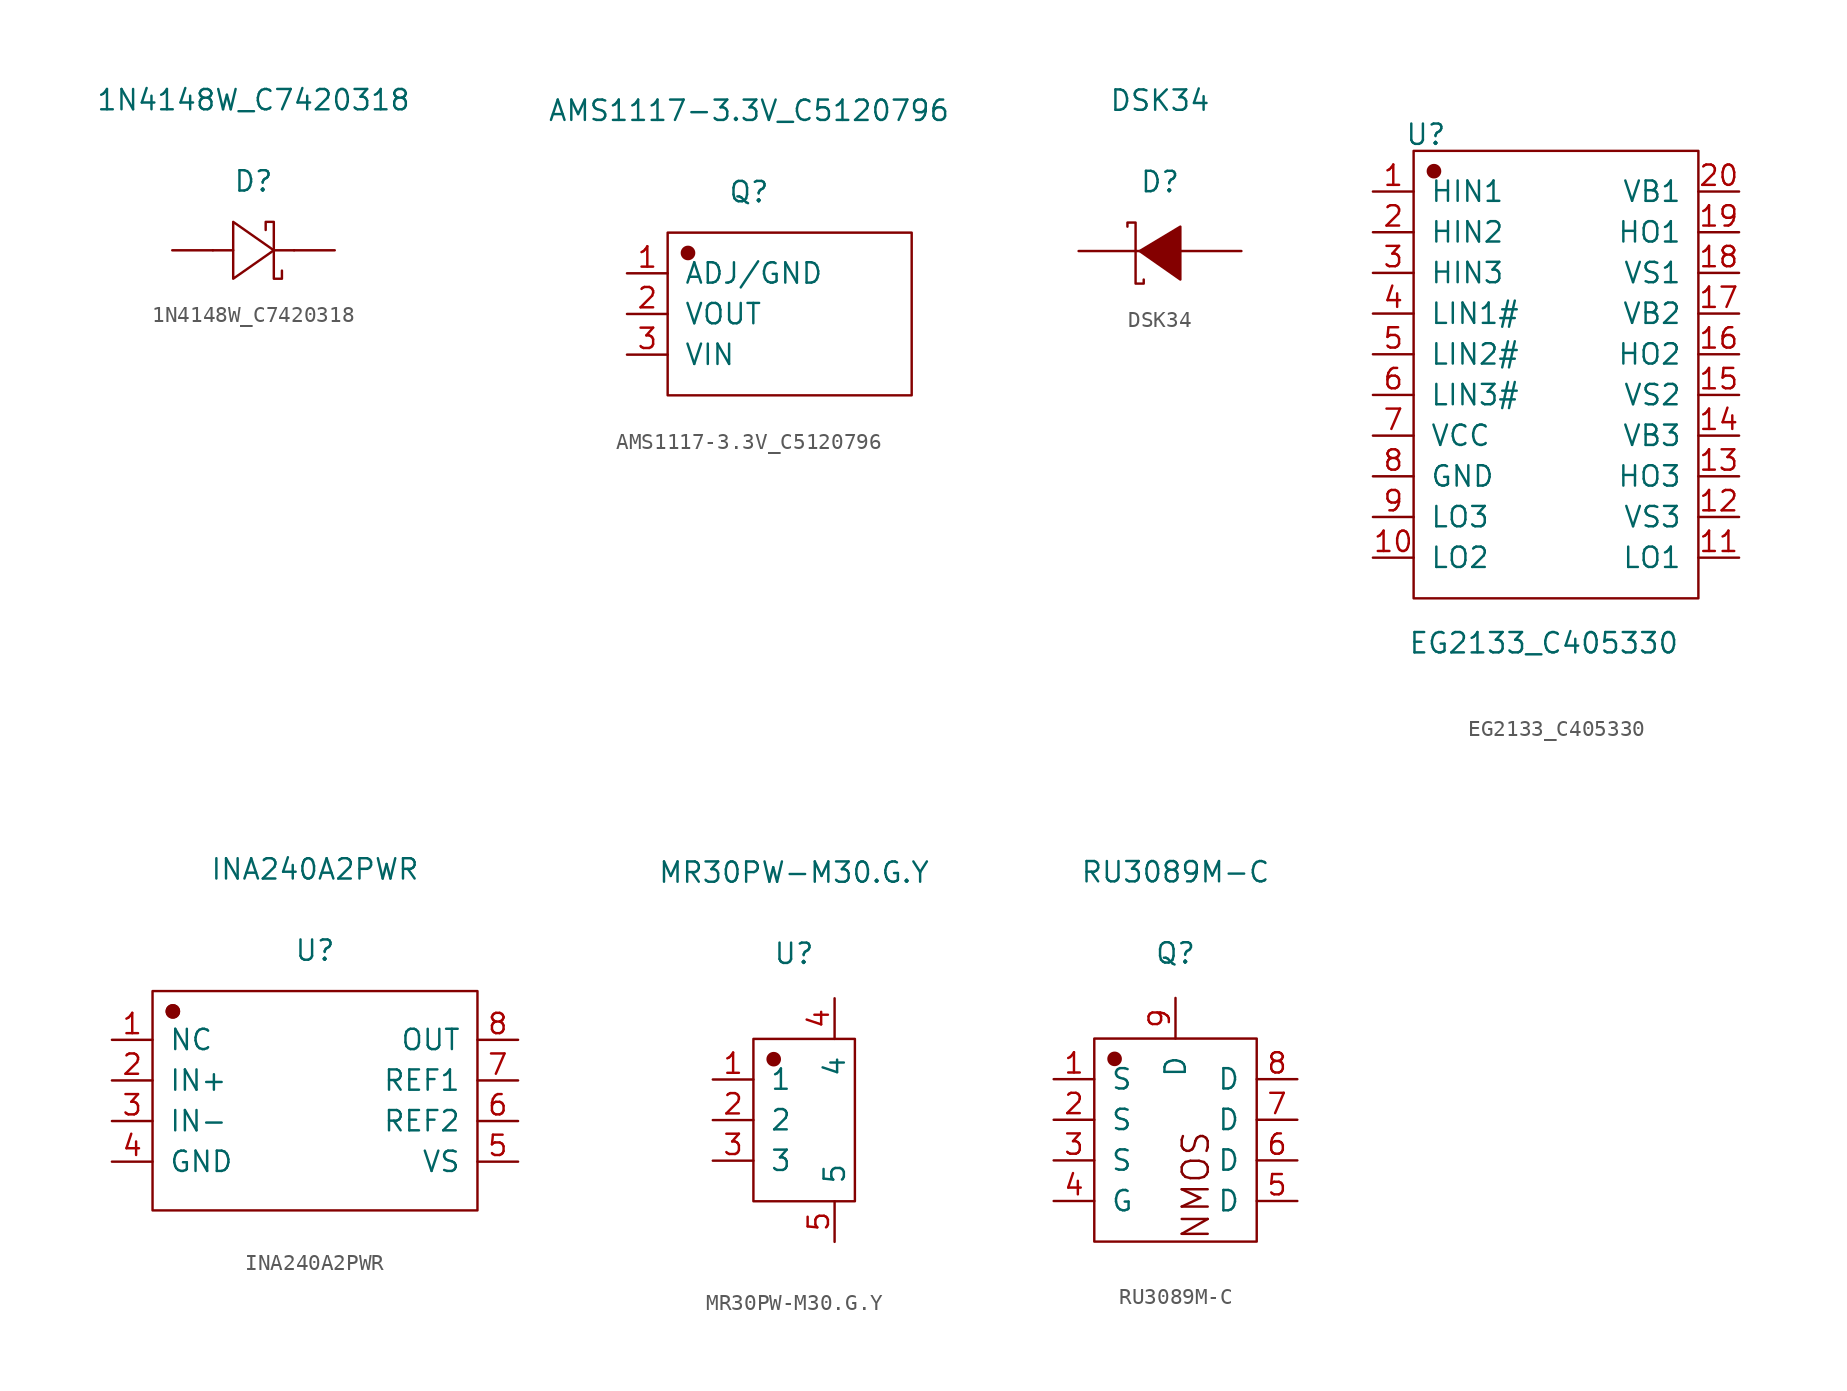
<source format=kicad_sym>
(kicad_symbol_lib
  (version 20231120)
  (generator "kicad_symbol_editor")
  (generator_version "8.0")
  (symbol "1N4148W_C7420318"
    (pin_numbers hide)
    (pin_names
      (offset 1.016) hide)
    (property "Reference" "D"
      (at 0 4.318 0)
      (effects (font (size 1.27 1.27))))
    (property "Value" "1N4148W_C7420318"
      (at 0 9.398 0)
      (effects (font (size 1.27 1.27))))
    (symbol "1N4148W_C7420318_1_1"
      (polyline (pts (xy -2.54 0) (xy -1.27 0)) (stroke (width 0.152) (type solid)) (fill (type none)))
      (polyline (pts (xy 1.27 0) (xy 2.54 0)) (stroke (width 0.152) (type solid)) (fill (type none)))
      (polyline (pts (xy -1.27 -1.778) (xy 1.27 0) (xy -1.27 1.778) (xy -1.27 -1.778)) (stroke (width 0.152) (type solid)) (fill (type none)))
      (polyline (pts (xy 1.778 -1.27) (xy 1.778 -1.778) (xy 1.27 -1.778) (xy 1.27 1.778) (xy 0.762 1.778) (xy 0.762 1.27)) (stroke (width 0.152) (type solid)) (fill (type none)))
      (pin input line (at -5.08 0 0) (length 2.54) (name "A" (effects (font (size 1.27 1.27)))) (number "1" (effects (font (size 1.27 1.27)))))
      (pin input line (at 5.08 0 180) (length 2.54) (name "K" (effects (font (size 1.27 1.27)))) (number "2" (effects (font (size 1.27 1.27)))))))
  (symbol "AMS1117-3.3V_C5120796"
    (pin_names
      (offset 1.016))
    (property "Reference" "Q"
      (at 0 7.62 0)
      (effects (font (size 1.27 1.27))))
    (property "Value" "AMS1117-3.3V_C5120796"
      (at 0 12.7 0)
      (effects (font (size 1.27 1.27))))
    (symbol "AMS1117-3.3V_C5120796_1_1"
      (rectangle (start -5.08 5.08) (end 10.16 -5.08) (stroke (width 0.152) (type solid)) (fill (type none)))
      (circle (center -3.81 3.81) (radius 0.381) (stroke (width 0.152) (type solid)) (fill (type outline)))
      (pin input line (at -7.62 2.54 0) (length 2.54) (name "ADJ/GND" (effects (font (size 1.27 1.27)))) (number "1" (effects (font (size 1.27 1.27)))))
      (pin input line (at -7.62 0 0) (length 2.54) (name "VOUT" (effects (font (size 1.27 1.27)))) (number "2" (effects (font (size 1.27 1.27)))))
      (pin input line (at -7.62 -2.54 0) (length 2.54) (name "VIN" (effects (font (size 1.27 1.27)))) (number "3" (effects (font (size 1.27 1.27)))))))
  (symbol "DSK34"
    (pin_numbers hide)
    (pin_names
      (offset 1.016) hide)
    (property "Reference" "D"
      (at 0 4.318 0)
      (effects (font (size 1.27 1.27))))
    (property "Value" "DSK34"
      (at 0 9.398 0)
      (effects (font (size 1.27 1.27))))
    (symbol "DSK34_1_1"
      (polyline (pts (xy 1.27 1.524) (xy -1.27 0) (xy 1.27 -1.778) (xy 1.27 1.524)) (stroke (width 0.152) (type solid)) (fill (type outline)))
      (polyline (pts (xy -2.032 1.524) (xy -2.032 1.778) (xy -1.524 1.778) (xy -1.524 -2.032) (xy -1.016 -2.032) (xy -1.016 -1.778)) (stroke (width 0.152) (type solid)) (fill (type none)))
      (pin input line (at -5.08 0 0) (length 3.81) (name "K" (effects (font (size 1.27 1.27)))) (number "1" (effects (font (size 1.27 1.27)))))
      (pin input line (at 5.08 0 180) (length 3.81) (name "A" (effects (font (size 1.27 1.27)))) (number "2" (effects (font (size 1.27 1.27)))))))
  (symbol "EG2133_C405330"
    (pin_names
      (offset 1.016))
    (property "Reference" "U"
      (at -8.128 14.986 0)
      (effects (font (size 1.27 1.27))))
    (property "Value" "EG2133_C405330"
      (at -0.762 -16.764 0)
      (effects (font (size 1.27 1.27))))
    (symbol "EG2133_C405330_1_1"
      (rectangle (start -8.89 13.97) (end 8.89 -13.97) (stroke (width 0.152) (type solid)) (fill (type none)))
      (circle (center -7.62 12.7) (radius 0.381) (stroke (width 0.152) (type solid)) (fill (type outline)))
      (pin input line (at -11.43 11.43 0) (length 2.54) (name "HIN1" (effects (font (size 1.27 1.27)))) (number "1" (effects (font (size 1.27 1.27)))))
      (pin input line (at -11.43 -11.43 0) (length 2.54) (name "LO2" (effects (font (size 1.27 1.27)))) (number "10" (effects (font (size 1.27 1.27)))))
      (pin input line (at 11.43 -11.43 180) (length 2.54) (name "LO1" (effects (font (size 1.27 1.27)))) (number "11" (effects (font (size 1.27 1.27)))))
      (pin input line (at 11.43 -8.89 180) (length 2.54) (name "VS3" (effects (font (size 1.27 1.27)))) (number "12" (effects (font (size 1.27 1.27)))))
      (pin input line (at 11.43 -6.35 180) (length 2.54) (name "HO3" (effects (font (size 1.27 1.27)))) (number "13" (effects (font (size 1.27 1.27)))))
      (pin input line (at 11.43 -3.81 180) (length 2.54) (name "VB3" (effects (font (size 1.27 1.27)))) (number "14" (effects (font (size 1.27 1.27)))))
      (pin input line (at 11.43 -1.27 180) (length 2.54) (name "VS2" (effects (font (size 1.27 1.27)))) (number "15" (effects (font (size 1.27 1.27)))))
      (pin input line (at 11.43 1.27 180) (length 2.54) (name "HO2" (effects (font (size 1.27 1.27)))) (number "16" (effects (font (size 1.27 1.27)))))
      (pin input line (at 11.43 3.81 180) (length 2.54) (name "VB2" (effects (font (size 1.27 1.27)))) (number "17" (effects (font (size 1.27 1.27)))))
      (pin input line (at 11.43 6.35 180) (length 2.54) (name "VS1" (effects (font (size 1.27 1.27)))) (number "18" (effects (font (size 1.27 1.27)))))
      (pin input line (at 11.43 8.89 180) (length 2.54) (name "HO1" (effects (font (size 1.27 1.27)))) (number "19" (effects (font (size 1.27 1.27)))))
      (pin input line (at -11.43 8.89 0) (length 2.54) (name "HIN2" (effects (font (size 1.27 1.27)))) (number "2" (effects (font (size 1.27 1.27)))))
      (pin input line (at 11.43 11.43 180) (length 2.54) (name "VB1" (effects (font (size 1.27 1.27)))) (number "20" (effects (font (size 1.27 1.27)))))
      (pin input line (at -11.43 6.35 0) (length 2.54) (name "HIN3" (effects (font (size 1.27 1.27)))) (number "3" (effects (font (size 1.27 1.27)))))
      (pin input line (at -11.43 3.81 0) (length 2.54) (name "LIN1#" (effects (font (size 1.27 1.27)))) (number "4" (effects (font (size 1.27 1.27)))))
      (pin input line (at -11.43 1.27 0) (length 2.54) (name "LIN2#" (effects (font (size 1.27 1.27)))) (number "5" (effects (font (size 1.27 1.27)))))
      (pin input line (at -11.43 -1.27 0) (length 2.54) (name "LIN3#" (effects (font (size 1.27 1.27)))) (number "6" (effects (font (size 1.27 1.27)))))
      (pin input line (at -11.43 -3.81 0) (length 2.54) (name "VCC" (effects (font (size 1.27 1.27)))) (number "7" (effects (font (size 1.27 1.27)))))
      (pin input line (at -11.43 -6.35 0) (length 2.54) (name "GND" (effects (font (size 1.27 1.27)))) (number "8" (effects (font (size 1.27 1.27)))))
      (pin input line (at -11.43 -8.89 0) (length 2.54) (name "LO3" (effects (font (size 1.27 1.27)))) (number "9" (effects (font (size 1.27 1.27)))))))
  (symbol "INA240A2PWR"
    (pin_names
      (offset 1.016))
    (property "Reference" "U"
      (at 0 9.398 0)
      (effects (font (size 1.27 1.27))))
    (property "Value" "INA240A2PWR"
      (at 0 14.478 0)
      (effects (font (size 1.27 1.27))))
    (symbol "INA240A2PWR_1_1"
      (rectangle (start -10.16 6.858) (end 10.16 -6.858) (stroke (width 0.152) (type solid)) (fill (type none)))
      (circle (center -8.89 5.588) (radius 0.381) (stroke (width 0.152) (type solid)) (fill (type outline)))
      (circle (center -8.89 5.588) (radius 0.381) (stroke (width 0.152) (type solid)) (fill (type outline)))
      (pin input line (at -12.7 3.81 0) (length 2.54) (name "NC" (effects (font (size 1.27 1.27)))) (number "1" (effects (font (size 1.27 1.27)))))
      (pin input line (at -12.7 1.27 0) (length 2.54) (name "IN+" (effects (font (size 1.27 1.27)))) (number "2" (effects (font (size 1.27 1.27)))))
      (pin input line (at -12.7 -1.27 0) (length 2.54) (name "IN-" (effects (font (size 1.27 1.27)))) (number "3" (effects (font (size 1.27 1.27)))))
      (pin input line (at -12.7 -3.81 0) (length 2.54) (name "GND" (effects (font (size 1.27 1.27)))) (number "4" (effects (font (size 1.27 1.27)))))
      (pin input line (at 12.7 -3.81 180) (length 2.54) (name "VS" (effects (font (size 1.27 1.27)))) (number "5" (effects (font (size 1.27 1.27)))))
      (pin input line (at 12.7 -1.27 180) (length 2.54) (name "REF2" (effects (font (size 1.27 1.27)))) (number "6" (effects (font (size 1.27 1.27)))))
      (pin input line (at 12.7 1.27 180) (length 2.54) (name "REF1" (effects (font (size 1.27 1.27)))) (number "7" (effects (font (size 1.27 1.27)))))
      (pin input line (at 12.7 3.81 180) (length 2.54) (name "OUT" (effects (font (size 1.27 1.27)))) (number "8" (effects (font (size 1.27 1.27)))))))
  (symbol "MR30PW-M30.G.Y"
    (pin_names
      (offset 1.016))
    (property "Reference" "U"
      (at 0 10.414 0)
      (effects (font (size 1.27 1.27))))
    (property "Value" "MR30PW-M30.G.Y"
      (at 0 15.494 0)
      (effects (font (size 1.27 1.27))))
    (symbol "MR30PW-M30.G.Y_1_1"
      (rectangle (start -2.54 5.08) (end 3.81 -5.08) (stroke (width 0.152) (type solid)) (fill (type none)))
      (circle (center -1.27 3.81) (radius 0.381) (stroke (width 0.152) (type solid)) (fill (type outline)))
      (pin input line (at -5.08 2.54 0) (length 2.54) (name "1" (effects (font (size 1.27 1.27)))) (number "1" (effects (font (size 1.27 1.27)))))
      (pin input line (at -5.08 0 0) (length 2.54) (name "2" (effects (font (size 1.27 1.27)))) (number "2" (effects (font (size 1.27 1.27)))))
      (pin input line (at -5.08 -2.54 0) (length 2.54) (name "3" (effects (font (size 1.27 1.27)))) (number "3" (effects (font (size 1.27 1.27)))))
      (pin input line (at 2.54 7.62 270) (length 2.54) (name "4" (effects (font (size 1.27 1.27)))) (number "4" (effects (font (size 1.27 1.27)))))
      (pin input line (at 2.54 -7.62 90) (length 2.54) (name "5" (effects (font (size 1.27 1.27)))) (number "5" (effects (font (size 1.27 1.27)))))))
  (symbol "RU3089M-C"
    (pin_names
      (offset 1.016))
    (property "Reference" "Q"
      (at 0 10.414 0)
      (effects (font (size 1.27 1.27))))
    (property "Value" "RU3089M-C"
      (at 0 15.494 0)
      (effects (font (size 1.27 1.27))))
    (symbol "RU3089M-C_1_1"
      (rectangle (start -5.08 5.08) (end 5.08 -7.62) (stroke (width 0.152) (type solid)) (fill (type none)))
      (circle (center -3.81 3.81) (radius 0.381) (stroke (width 0.152) (type solid)) (fill (type outline)))
      (text "NMOS" (at 1.27 -7.62 900) (effects (font (size 1.626 1.626)) (justify left)))
      (pin input line (at -7.62 2.54 0) (length 2.54) (name "S" (effects (font (size 1.27 1.27)))) (number "1" (effects (font (size 1.27 1.27)))))
      (pin input line (at -7.62 0 0) (length 2.54) (name "S" (effects (font (size 1.27 1.27)))) (number "2" (effects (font (size 1.27 1.27)))))
      (pin input line (at -7.62 -2.54 0) (length 2.54) (name "S" (effects (font (size 1.27 1.27)))) (number "3" (effects (font (size 1.27 1.27)))))
      (pin input line (at -7.62 -5.08 0) (length 2.54) (name "G" (effects (font (size 1.27 1.27)))) (number "4" (effects (font (size 1.27 1.27)))))
      (pin input line (at 7.62 -5.08 180) (length 2.54) (name "D" (effects (font (size 1.27 1.27)))) (number "5" (effects (font (size 1.27 1.27)))))
      (pin input line (at 7.62 -2.54 180) (length 2.54) (name "D" (effects (font (size 1.27 1.27)))) (number "6" (effects (font (size 1.27 1.27)))))
      (pin input line (at 7.62 0 180) (length 2.54) (name "D" (effects (font (size 1.27 1.27)))) (number "7" (effects (font (size 1.27 1.27)))))
      (pin input line (at 7.62 2.54 180) (length 2.54) (name "D" (effects (font (size 1.27 1.27)))) (number "8" (effects (font (size 1.27 1.27)))))
      (pin input line (at 0 7.62 270) (length 2.54) (name "D" (effects (font (size 1.27 1.27)))) (number "9" (effects (font (size 1.27 1.27))))))))
</source>
